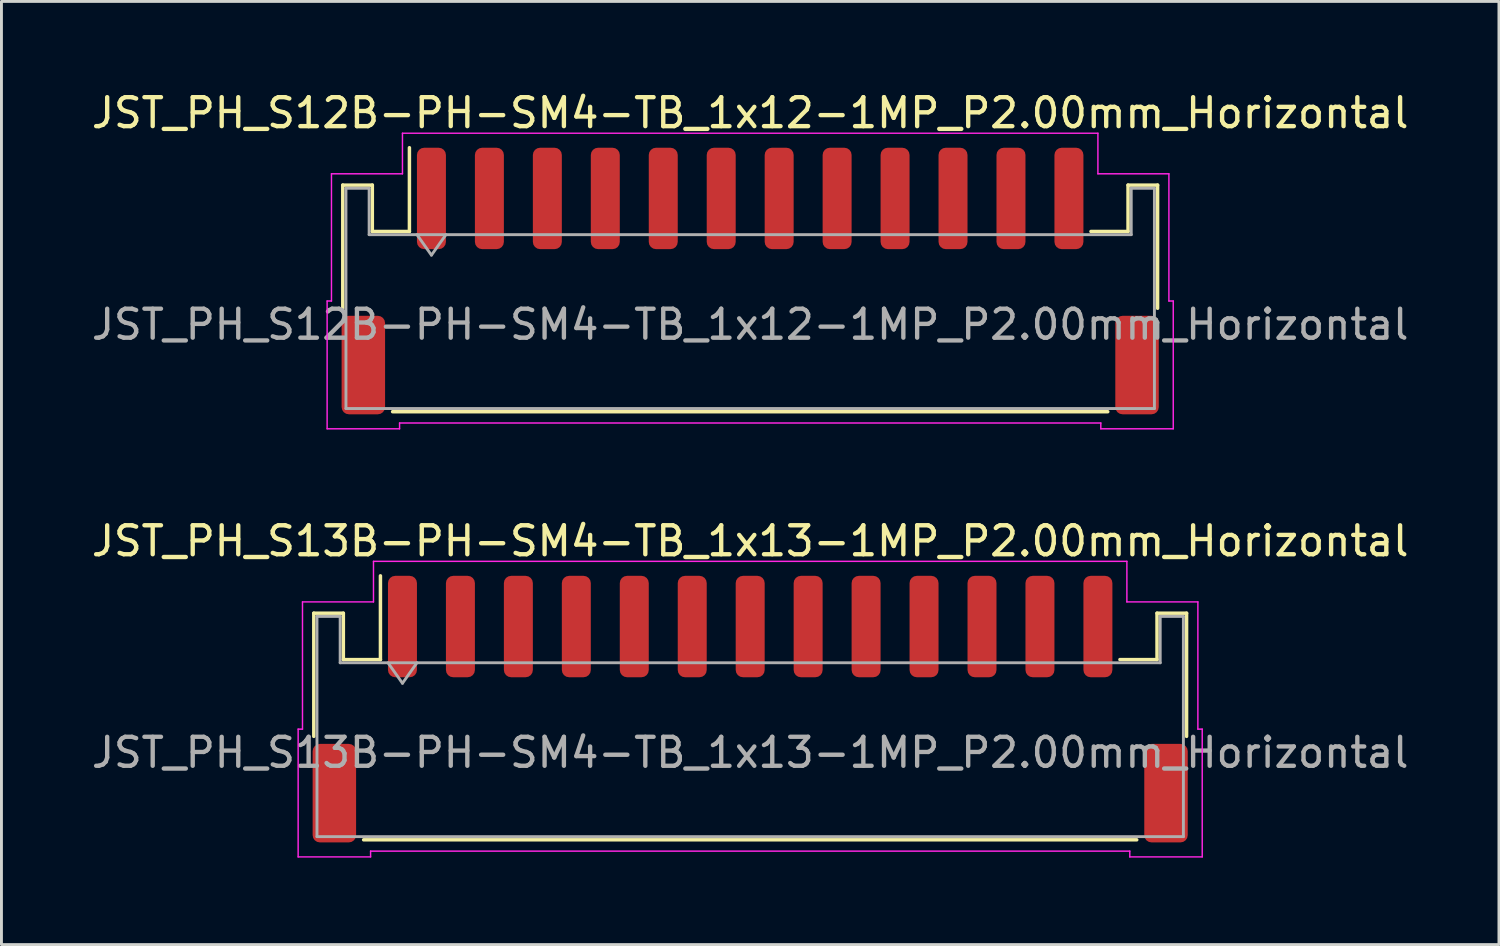
<source format=kicad_pcb>
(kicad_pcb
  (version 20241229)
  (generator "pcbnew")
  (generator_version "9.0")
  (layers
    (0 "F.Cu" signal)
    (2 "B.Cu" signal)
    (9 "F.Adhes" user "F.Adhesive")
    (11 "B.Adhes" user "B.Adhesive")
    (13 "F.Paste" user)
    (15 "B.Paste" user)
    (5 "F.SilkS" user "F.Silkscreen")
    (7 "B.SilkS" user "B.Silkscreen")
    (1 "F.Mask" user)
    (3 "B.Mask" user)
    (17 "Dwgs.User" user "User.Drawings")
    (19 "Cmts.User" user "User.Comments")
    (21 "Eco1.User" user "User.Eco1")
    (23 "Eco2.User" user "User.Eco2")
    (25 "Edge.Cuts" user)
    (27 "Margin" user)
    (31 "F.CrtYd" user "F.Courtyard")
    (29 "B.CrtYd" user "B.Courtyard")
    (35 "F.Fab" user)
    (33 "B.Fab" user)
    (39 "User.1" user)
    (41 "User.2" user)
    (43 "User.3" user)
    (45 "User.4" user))
  (footprint "JST_PH_S12B-PH-SM4-TB_1x12-1MP_P2.00mm_Horizontal"
    (layer "F.Cu")
    (at 22.839 6.648)
    (property "Reference" "JST_PH_S12B-PH-SM4-TB_1x12-1MP_P2.00mm_Horizontal" (at 0 -5.8 0) (layer "F.SilkS") (effects (font (size 1 1) (thickness 0.15))))
    (attr smd)
    (fp_line (start -14.06 -3.31) (end -13.04 -3.31) (stroke (width 0.12) (type solid)) (layer "F.SilkS"))
    (fp_line (start -14.06 0.94) (end -14.06 -3.31) (stroke (width 0.12) (type solid)) (layer "F.SilkS"))
    (fp_line (start -13.04 -3.31) (end -13.04 -1.71) (stroke (width 0.12) (type solid)) (layer "F.SilkS"))
    (fp_line (start -13.04 -1.71) (end -11.76 -1.71) (stroke (width 0.12) (type solid)) (layer "F.SilkS"))
    (fp_line (start -12.34 4.51) (end 12.34 4.51) (stroke (width 0.12) (type solid)) (layer "F.SilkS"))
    (fp_line (start -11.76 -1.71) (end -11.76 -4.6) (stroke (width 0.12) (type solid)) (layer "F.SilkS"))
    (fp_line (start 13.04 -3.31) (end 13.04 -1.71) (stroke (width 0.12) (type solid)) (layer "F.SilkS"))
    (fp_line (start 13.04 -1.71) (end 11.76 -1.71) (stroke (width 0.12) (type solid)) (layer "F.SilkS"))
    (fp_line (start 14.06 -3.31) (end 13.04 -3.31) (stroke (width 0.12) (type solid)) (layer "F.SilkS"))
    (fp_line (start 14.06 0.94) (end 14.06 -3.31) (stroke (width 0.12) (type solid)) (layer "F.SilkS"))
    (fp_line (start -14.6 0.69) (end -14.45 0.69) (stroke (width 0.05) (type solid)) (layer "F.CrtYd"))
    (fp_line (start -14.6 5.1) (end -14.6 0.69) (stroke (width 0.05) (type solid)) (layer "F.CrtYd"))
    (fp_line (start -14.45 -3.7) (end -12 -3.7) (stroke (width 0.05) (type solid)) (layer "F.CrtYd"))
    (fp_line (start -14.45 0.69) (end -14.45 -3.7) (stroke (width 0.05) (type solid)) (layer "F.CrtYd"))
    (fp_line (start -12.1 4.9) (end -12.1 5.1) (stroke (width 0.05) (type solid)) (layer "F.CrtYd"))
    (fp_line (start -12.1 5.1) (end -14.6 5.1) (stroke (width 0.05) (type solid)) (layer "F.CrtYd"))
    (fp_line (start -12 -5.1) (end 12 -5.1) (stroke (width 0.05) (type solid)) (layer "F.CrtYd"))
    (fp_line (start -12 -3.7) (end -12 -5.1) (stroke (width 0.05) (type solid)) (layer "F.CrtYd"))
    (fp_line (start 12 -5.1) (end 12 -3.7) (stroke (width 0.05) (type solid)) (layer "F.CrtYd"))
    (fp_line (start 12 -3.7) (end 14.45 -3.7) (stroke (width 0.05) (type solid)) (layer "F.CrtYd"))
    (fp_line (start 12.1 4.9) (end -12.1 4.9) (stroke (width 0.05) (type solid)) (layer "F.CrtYd"))
    (fp_line (start 12.1 5.1) (end 12.1 4.9) (stroke (width 0.05) (type solid)) (layer "F.CrtYd"))
    (fp_line (start 14.45 -3.7) (end 14.45 0.69) (stroke (width 0.05) (type solid)) (layer "F.CrtYd"))
    (fp_line (start 14.45 0.69) (end 14.6 0.69) (stroke (width 0.05) (type solid)) (layer "F.CrtYd"))
    (fp_line (start 14.6 0.69) (end 14.6 5.1) (stroke (width 0.05) (type solid)) (layer "F.CrtYd"))
    (fp_line (start 14.6 5.1) (end 12.1 5.1) (stroke (width 0.05) (type solid)) (layer "F.CrtYd"))
    (fp_line (start -13.95 -3.2) (end -13.95 4.4) (stroke (width 0.1) (type solid)) (layer "F.Fab"))
    (fp_line (start -13.95 -3.2) (end -13.15 -3.2) (stroke (width 0.1) (type solid)) (layer "F.Fab"))
    (fp_line (start -13.95 4.4) (end 13.95 4.4) (stroke (width 0.1) (type solid)) (layer "F.Fab"))
    (fp_line (start -13.15 -3.2) (end -13.15 -1.6) (stroke (width 0.1) (type solid)) (layer "F.Fab"))
    (fp_line (start -13.15 -1.6) (end 13.15 -1.6) (stroke (width 0.1) (type solid)) (layer "F.Fab"))
    (fp_line (start -11.5 -1.6) (end -11 -0.893) (stroke (width 0.1) (type solid)) (layer "F.Fab"))
    (fp_line (start -11 -0.893) (end -10.5 -1.6) (stroke (width 0.1) (type solid)) (layer "F.Fab"))
    (fp_line (start 13.15 -3.2) (end 13.95 -3.2) (stroke (width 0.1) (type solid)) (layer "F.Fab"))
    (fp_line (start 13.15 -1.6) (end 13.15 -3.2) (stroke (width 0.1) (type solid)) (layer "F.Fab"))
    (fp_line (start 13.95 -3.2) (end 13.95 4.4) (stroke (width 0.1) (type solid)) (layer "F.Fab"))
    (fp_text user "${REFERENCE}" (at 0 1.5 0) (layer "F.Fab") (effects (font (size 1 1) (thickness 0.15))))
    (pad "1" smd roundrect (at -11 -2.85) (size 1 3.5) (layers "F.Cu" "F.Mask" "F.Paste") (roundrect_rratio 0.25))
    (pad "2" smd roundrect (at -9 -2.85) (size 1 3.5) (layers "F.Cu" "F.Mask" "F.Paste") (roundrect_rratio 0.25))
    (pad "3" smd roundrect (at -7 -2.85) (size 1 3.5) (layers "F.Cu" "F.Mask" "F.Paste") (roundrect_rratio 0.25))
    (pad "4" smd roundrect (at -5 -2.85) (size 1 3.5) (layers "F.Cu" "F.Mask" "F.Paste") (roundrect_rratio 0.25))
    (pad "5" smd roundrect (at -3 -2.85) (size 1 3.5) (layers "F.Cu" "F.Mask" "F.Paste") (roundrect_rratio 0.25))
    (pad "6" smd roundrect (at -1 -2.85) (size 1 3.5) (layers "F.Cu" "F.Mask" "F.Paste") (roundrect_rratio 0.25))
    (pad "7" smd roundrect (at 1 -2.85) (size 1 3.5) (layers "F.Cu" "F.Mask" "F.Paste") (roundrect_rratio 0.25))
    (pad "8" smd roundrect (at 3 -2.85) (size 1 3.5) (layers "F.Cu" "F.Mask" "F.Paste") (roundrect_rratio 0.25))
    (pad "9" smd roundrect (at 5 -2.85) (size 1 3.5) (layers "F.Cu" "F.Mask" "F.Paste") (roundrect_rratio 0.25))
    (pad "10" smd roundrect (at 7 -2.85) (size 1 3.5) (layers "F.Cu" "F.Mask" "F.Paste") (roundrect_rratio 0.25))
    (pad "11" smd roundrect (at 9 -2.85) (size 1 3.5) (layers "F.Cu" "F.Mask" "F.Paste") (roundrect_rratio 0.25))
    (pad "12" smd roundrect (at 11 -2.85) (size 1 3.5) (layers "F.Cu" "F.Mask" "F.Paste") (roundrect_rratio 0.25))
    (pad "MP" smd roundrect (at -13.35 2.9) (size 1.5 3.4) (layers "F.Cu" "F.Mask" "F.Paste") (roundrect_rratio 0.167))
    (pad "MP" smd roundrect (at 13.35 2.9) (size 1.5 3.4) (layers "F.Cu" "F.Mask" "F.Paste") (roundrect_rratio 0.167)))
  (footprint "JST_PH_S13B-PH-SM4-TB_1x13-1MP_P2.00mm_Horizontal"
    (layer "F.Cu")
    (at 22.839 21.422)
    (property "Reference" "JST_PH_S13B-PH-SM4-TB_1x13-1MP_P2.00mm_Horizontal" (at 0 -5.8 0) (layer "F.SilkS") (effects (font (size 1 1) (thickness 0.15))))
    (attr smd)
    (fp_line (start -15.06 -3.31) (end -14.04 -3.31) (stroke (width 0.12) (type solid)) (layer "F.SilkS"))
    (fp_line (start -15.06 0.94) (end -15.06 -3.31) (stroke (width 0.12) (type solid)) (layer "F.SilkS"))
    (fp_line (start -14.04 -3.31) (end -14.04 -1.71) (stroke (width 0.12) (type solid)) (layer "F.SilkS"))
    (fp_line (start -14.04 -1.71) (end -12.76 -1.71) (stroke (width 0.12) (type solid)) (layer "F.SilkS"))
    (fp_line (start -13.34 4.51) (end 13.34 4.51) (stroke (width 0.12) (type solid)) (layer "F.SilkS"))
    (fp_line (start -12.76 -1.71) (end -12.76 -4.6) (stroke (width 0.12) (type solid)) (layer "F.SilkS"))
    (fp_line (start 14.04 -3.31) (end 14.04 -1.71) (stroke (width 0.12) (type solid)) (layer "F.SilkS"))
    (fp_line (start 14.04 -1.71) (end 12.76 -1.71) (stroke (width 0.12) (type solid)) (layer "F.SilkS"))
    (fp_line (start 15.06 -3.31) (end 14.04 -3.31) (stroke (width 0.12) (type solid)) (layer "F.SilkS"))
    (fp_line (start 15.06 0.94) (end 15.06 -3.31) (stroke (width 0.12) (type solid)) (layer "F.SilkS"))
    (fp_line (start -15.6 0.69) (end -15.45 0.69) (stroke (width 0.05) (type solid)) (layer "F.CrtYd"))
    (fp_line (start -15.6 5.1) (end -15.6 0.69) (stroke (width 0.05) (type solid)) (layer "F.CrtYd"))
    (fp_line (start -15.45 -3.7) (end -13 -3.7) (stroke (width 0.05) (type solid)) (layer "F.CrtYd"))
    (fp_line (start -15.45 0.69) (end -15.45 -3.7) (stroke (width 0.05) (type solid)) (layer "F.CrtYd"))
    (fp_line (start -13.1 4.9) (end -13.1 5.1) (stroke (width 0.05) (type solid)) (layer "F.CrtYd"))
    (fp_line (start -13.1 5.1) (end -15.6 5.1) (stroke (width 0.05) (type solid)) (layer "F.CrtYd"))
    (fp_line (start -13 -5.1) (end 13 -5.1) (stroke (width 0.05) (type solid)) (layer "F.CrtYd"))
    (fp_line (start -13 -3.7) (end -13 -5.1) (stroke (width 0.05) (type solid)) (layer "F.CrtYd"))
    (fp_line (start 13 -5.1) (end 13 -3.7) (stroke (width 0.05) (type solid)) (layer "F.CrtYd"))
    (fp_line (start 13 -3.7) (end 15.45 -3.7) (stroke (width 0.05) (type solid)) (layer "F.CrtYd"))
    (fp_line (start 13.1 4.9) (end -13.1 4.9) (stroke (width 0.05) (type solid)) (layer "F.CrtYd"))
    (fp_line (start 13.1 5.1) (end 13.1 4.9) (stroke (width 0.05) (type solid)) (layer "F.CrtYd"))
    (fp_line (start 15.45 -3.7) (end 15.45 0.69) (stroke (width 0.05) (type solid)) (layer "F.CrtYd"))
    (fp_line (start 15.45 0.69) (end 15.6 0.69) (stroke (width 0.05) (type solid)) (layer "F.CrtYd"))
    (fp_line (start 15.6 0.69) (end 15.6 5.1) (stroke (width 0.05) (type solid)) (layer "F.CrtYd"))
    (fp_line (start 15.6 5.1) (end 13.1 5.1) (stroke (width 0.05) (type solid)) (layer "F.CrtYd"))
    (fp_line (start -14.95 -3.2) (end -14.95 4.4) (stroke (width 0.1) (type solid)) (layer "F.Fab"))
    (fp_line (start -14.95 -3.2) (end -14.15 -3.2) (stroke (width 0.1) (type solid)) (layer "F.Fab"))
    (fp_line (start -14.95 4.4) (end 14.95 4.4) (stroke (width 0.1) (type solid)) (layer "F.Fab"))
    (fp_line (start -14.15 -3.2) (end -14.15 -1.6) (stroke (width 0.1) (type solid)) (layer "F.Fab"))
    (fp_line (start -14.15 -1.6) (end 14.15 -1.6) (stroke (width 0.1) (type solid)) (layer "F.Fab"))
    (fp_line (start -12.5 -1.6) (end -12 -0.893) (stroke (width 0.1) (type solid)) (layer "F.Fab"))
    (fp_line (start -12 -0.893) (end -11.5 -1.6) (stroke (width 0.1) (type solid)) (layer "F.Fab"))
    (fp_line (start 14.15 -3.2) (end 14.95 -3.2) (stroke (width 0.1) (type solid)) (layer "F.Fab"))
    (fp_line (start 14.15 -1.6) (end 14.15 -3.2) (stroke (width 0.1) (type solid)) (layer "F.Fab"))
    (fp_line (start 14.95 -3.2) (end 14.95 4.4) (stroke (width 0.1) (type solid)) (layer "F.Fab"))
    (fp_text user "${REFERENCE}" (at 0 1.5 0) (layer "F.Fab") (effects (font (size 1 1) (thickness 0.15))))
    (pad "1" smd roundrect (at -12 -2.85) (size 1 3.5) (layers "F.Cu" "F.Mask" "F.Paste") (roundrect_rratio 0.25))
    (pad "2" smd roundrect (at -10 -2.85) (size 1 3.5) (layers "F.Cu" "F.Mask" "F.Paste") (roundrect_rratio 0.25))
    (pad "3" smd roundrect (at -8 -2.85) (size 1 3.5) (layers "F.Cu" "F.Mask" "F.Paste") (roundrect_rratio 0.25))
    (pad "4" smd roundrect (at -6 -2.85) (size 1 3.5) (layers "F.Cu" "F.Mask" "F.Paste") (roundrect_rratio 0.25))
    (pad "5" smd roundrect (at -4 -2.85) (size 1 3.5) (layers "F.Cu" "F.Mask" "F.Paste") (roundrect_rratio 0.25))
    (pad "6" smd roundrect (at -2 -2.85) (size 1 3.5) (layers "F.Cu" "F.Mask" "F.Paste") (roundrect_rratio 0.25))
    (pad "7" smd roundrect (at 0 -2.85) (size 1 3.5) (layers "F.Cu" "F.Mask" "F.Paste") (roundrect_rratio 0.25))
    (pad "8" smd roundrect (at 2 -2.85) (size 1 3.5) (layers "F.Cu" "F.Mask" "F.Paste") (roundrect_rratio 0.25))
    (pad "9" smd roundrect (at 4 -2.85) (size 1 3.5) (layers "F.Cu" "F.Mask" "F.Paste") (roundrect_rratio 0.25))
    (pad "10" smd roundrect (at 6 -2.85) (size 1 3.5) (layers "F.Cu" "F.Mask" "F.Paste") (roundrect_rratio 0.25))
    (pad "11" smd roundrect (at 8 -2.85) (size 1 3.5) (layers "F.Cu" "F.Mask" "F.Paste") (roundrect_rratio 0.25))
    (pad "12" smd roundrect (at 10 -2.85) (size 1 3.5) (layers "F.Cu" "F.Mask" "F.Paste") (roundrect_rratio 0.25))
    (pad "13" smd roundrect (at 12 -2.85) (size 1 3.5) (layers "F.Cu" "F.Mask" "F.Paste") (roundrect_rratio 0.25))
    (pad "MP" smd roundrect (at -14.35 2.9) (size 1.5 3.4) (layers "F.Cu" "F.Mask" "F.Paste") (roundrect_rratio 0.167))
    (pad "MP" smd roundrect (at 14.35 2.9) (size 1.5 3.4) (layers "F.Cu" "F.Mask" "F.Paste") (roundrect_rratio 0.167)))
  (gr_rect
    (start -3 -3)
    (end 48.679 29.547)
    (stroke (width 0.1) (type default))
    (fill no)
    (layer "Edge.Cuts")))
</source>
